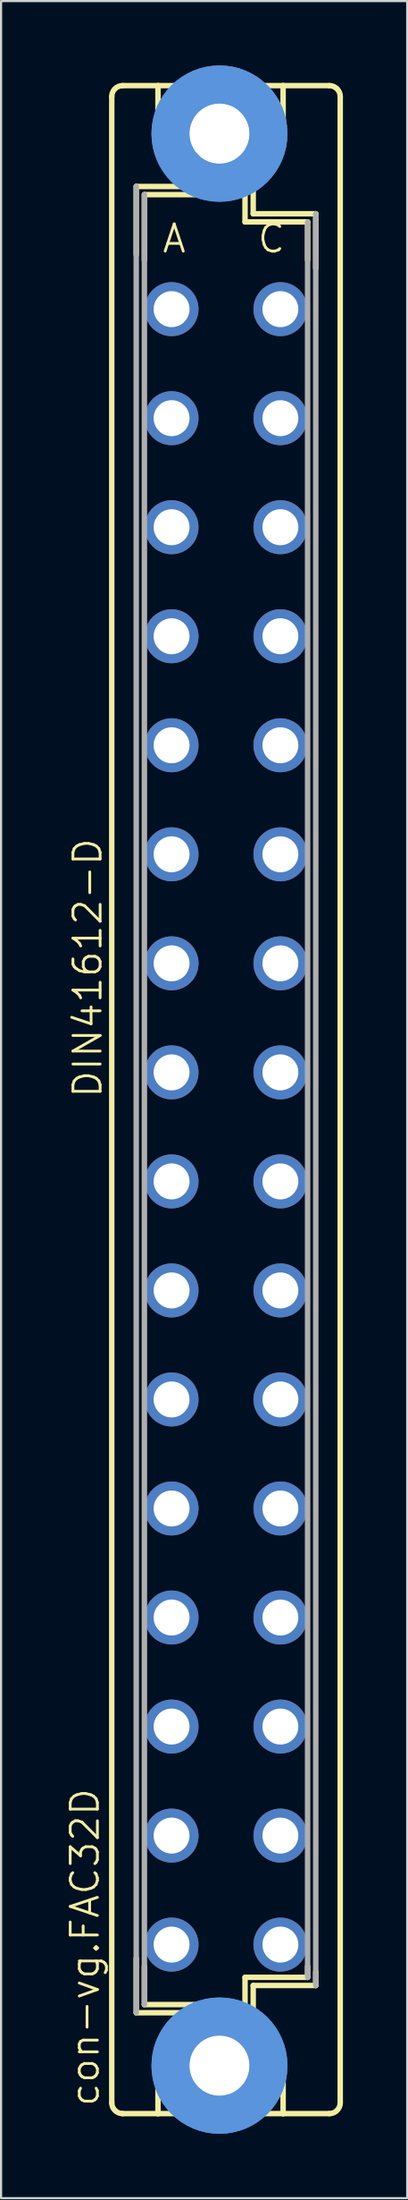
<source format=kicad_pcb>
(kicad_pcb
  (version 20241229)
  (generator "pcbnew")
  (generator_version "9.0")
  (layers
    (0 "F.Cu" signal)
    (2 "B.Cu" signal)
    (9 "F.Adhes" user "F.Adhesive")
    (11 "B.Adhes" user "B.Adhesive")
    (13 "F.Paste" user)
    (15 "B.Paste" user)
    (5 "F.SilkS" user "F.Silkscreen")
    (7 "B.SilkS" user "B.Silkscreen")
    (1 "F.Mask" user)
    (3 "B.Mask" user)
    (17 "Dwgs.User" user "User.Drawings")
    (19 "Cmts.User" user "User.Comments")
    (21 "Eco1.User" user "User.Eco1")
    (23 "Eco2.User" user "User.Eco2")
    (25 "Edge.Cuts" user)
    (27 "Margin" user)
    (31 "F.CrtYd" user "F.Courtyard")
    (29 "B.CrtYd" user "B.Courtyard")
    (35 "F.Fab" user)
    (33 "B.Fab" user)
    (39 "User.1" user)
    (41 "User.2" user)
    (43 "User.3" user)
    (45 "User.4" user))
  (footprint "con-vg.FAC32D"
    (layer "F.Cu")
    (at 7.502 48.184)
    (property "Reference" "con-vg.FAC32D" (at -5.842 46.99 90) (layer "F.SilkS") (effects (font (size 1.27 1.27) (thickness 0.13)) (justify left bottom)))
    (attr through_hole)
    (fp_line (start -5.334 46.736) (end -5.334 -46.736) (stroke (width 0.254) (type default)) (layer "F.SilkS"))
    (fp_line (start -4.826 -47.244) (end -3.175 -47.244) (stroke (width 0.254) (type default)) (layer "F.SilkS"))
    (fp_line (start -4.826 47.244) (end -3.175 47.244) (stroke (width 0.254) (type default)) (layer "F.SilkS"))
    (fp_line (start -4.191 -42.545) (end -4.191 -39.37) (stroke (width 0.254) (type default)) (layer "F.SilkS"))
    (fp_line (start -4.191 40.005) (end -4.191 42.545) (stroke (width 0.254) (type default)) (layer "F.SilkS"))
    (fp_line (start -4.191 42.545) (end -1.651 42.545) (stroke (width 0.254) (type default)) (layer "F.SilkS"))
    (fp_line (start -3.81 -42.164) (end -3.81 -39.116) (stroke (width 0.254) (type default)) (layer "F.SilkS"))
    (fp_line (start -3.81 -42.164) (end 0.889 -42.164) (stroke (width 0.254) (type default)) (layer "F.SilkS"))
    (fp_line (start -3.81 40.386) (end -3.81 42.164) (stroke (width 0.254) (type default)) (layer "F.SilkS"))
    (fp_line (start -3.81 42.164) (end 0.889 42.164) (stroke (width 0.254) (type default)) (layer "F.SilkS"))
    (fp_line (start -3.175 -47.244) (end -3.175 -44.45) (stroke (width 0.254) (type default)) (layer "F.SilkS"))
    (fp_line (start -3.175 47.244) (end -3.175 44.45) (stroke (width 0.254) (type default)) (layer "F.SilkS"))
    (fp_line (start -3.175 47.244) (end 2.667 47.244) (stroke (width 0.254) (type default)) (layer "F.SilkS"))
    (fp_line (start -1.651 -42.545) (end -4.191 -42.545) (stroke (width 0.254) (type default)) (layer "F.SilkS"))
    (fp_line (start -1.651 -42.545) (end -3.175 -44.45) (stroke (width 0.254) (type default)) (layer "F.SilkS"))
    (fp_line (start -1.651 42.545) (end -3.175 44.45) (stroke (width 0.254) (type default)) (layer "F.SilkS"))
    (fp_line (start -1.651 42.545) (end 1.143 42.545) (stroke (width 0.254) (type default)) (layer "F.SilkS"))
    (fp_line (start 0.889 -42.164) (end 0.889 -40.894) (stroke (width 0.254) (type default)) (layer "F.SilkS"))
    (fp_line (start 0.889 -40.894) (end 3.81 -40.894) (stroke (width 0.254) (type default)) (layer "F.SilkS"))
    (fp_line (start 0.889 40.894) (end 3.81 40.894) (stroke (width 0.254) (type default)) (layer "F.SilkS"))
    (fp_line (start 0.889 42.164) (end 0.889 40.894) (stroke (width 0.254) (type default)) (layer "F.SilkS"))
    (fp_line (start 1.143 -42.545) (end -1.651 -42.545) (stroke (width 0.254) (type default)) (layer "F.SilkS"))
    (fp_line (start 1.143 -42.545) (end 2.667 -44.45) (stroke (width 0.254) (type default)) (layer "F.SilkS"))
    (fp_line (start 1.143 42.545) (end 1.27 42.545) (stroke (width 0.254) (type default)) (layer "F.SilkS"))
    (fp_line (start 1.143 42.545) (end 2.667 44.45) (stroke (width 0.254) (type default)) (layer "F.SilkS"))
    (fp_line (start 1.27 -42.545) (end 1.143 -42.545) (stroke (width 0.254) (type default)) (layer "F.SilkS"))
    (fp_line (start 1.27 -41.275) (end 1.27 -42.545) (stroke (width 0.254) (type default)) (layer "F.SilkS"))
    (fp_line (start 1.27 41.275) (end 4.191 41.275) (stroke (width 0.254) (type default)) (layer "F.SilkS"))
    (fp_line (start 1.27 42.545) (end 1.27 41.275) (stroke (width 0.254) (type default)) (layer "F.SilkS"))
    (fp_line (start 2.667 -47.244) (end -3.175 -47.244) (stroke (width 0.254) (type default)) (layer "F.SilkS"))
    (fp_line (start 2.667 -47.244) (end 2.667 -44.45) (stroke (width 0.254) (type default)) (layer "F.SilkS"))
    (fp_line (start 2.667 47.244) (end 2.667 44.45) (stroke (width 0.254) (type default)) (layer "F.SilkS"))
    (fp_line (start 2.667 47.244) (end 4.826 47.244) (stroke (width 0.254) (type default)) (layer "F.SilkS"))
    (fp_line (start 3.81 -40.894) (end 3.81 -39.116) (stroke (width 0.254) (type default)) (layer "F.SilkS"))
    (fp_line (start 3.81 40.386) (end 3.81 40.894) (stroke (width 0.254) (type default)) (layer "F.SilkS"))
    (fp_line (start 4.191 -41.275) (end 1.27 -41.275) (stroke (width 0.254) (type default)) (layer "F.SilkS"))
    (fp_line (start 4.191 -38.735) (end 4.191 -41.275) (stroke (width 0.254) (type default)) (layer "F.SilkS"))
    (fp_line (start 4.191 41.275) (end 4.191 40.64) (stroke (width 0.254) (type default)) (layer "F.SilkS"))
    (fp_line (start 4.826 -47.244) (end 2.667 -47.244) (stroke (width 0.254) (type default)) (layer "F.SilkS"))
    (fp_line (start 5.334 46.736) (end 5.334 -46.736) (stroke (width 0.254) (type default)) (layer "F.SilkS"))
    (fp_arc (start -5.334 -46.736) (mid -5.18521 -47.09521) (end -4.826 -47.244) (stroke (width 0.254) (type default)) (layer "F.SilkS"))
    (fp_arc (start -4.826 47.244) (mid -5.18521 47.09521) (end -5.334 46.736) (stroke (width 0.254) (type default)) (layer "F.SilkS"))
    (fp_arc (start 4.826 -47.244) (mid 5.18521 -47.09521) (end 5.334 -46.736) (stroke (width 0.254) (type default)) (layer "F.SilkS"))
    (fp_arc (start 5.334 46.736) (mid 5.18521 47.09521) (end 4.826 47.244) (stroke (width 0.254) (type default)) (layer "F.SilkS"))
    (fp_circle (center -0.305 -45.009) (end 0.965 -45.009) (stroke (width 0.254) (type default)) (fill no) (layer "F.SilkS"))
    (fp_circle (center -0.305 45.009) (end 0.965 45.009) (stroke (width 0.254) (type default)) (fill no) (layer "F.SilkS"))
    (fp_circle (center -0.305 -45.009) (end 1.981 -45.009) (stroke (width 1.778) (type default)) (fill no) (layer "Cmts.User"))
    (fp_circle (center -0.305 -45.009) (end 1.981 -45.009) (stroke (width 1.778) (type default)) (fill no) (layer "Cmts.User"))
    (fp_circle (center -0.305 45.009) (end 1.981 45.009) (stroke (width 1.778) (type default)) (fill no) (layer "Cmts.User"))
    (fp_circle (center -0.305 45.009) (end 1.981 45.009) (stroke (width 1.778) (type default)) (fill no) (layer "Cmts.User"))
    (fp_line (start -4.191 -42.545) (end -4.191 42.545) (stroke (width 0.254) (type default)) (layer "F.Fab"))
    (fp_line (start -3.81 -42.164) (end -3.81 42.164) (stroke (width 0.254) (type default)) (layer "F.Fab"))
    (fp_line (start 3.81 -40.894) (end 3.81 40.894) (stroke (width 0.254) (type default)) (layer "F.Fab"))
    (fp_line (start 4.191 41.275) (end 4.191 -41.275) (stroke (width 0.254) (type default)) (layer "F.Fab"))
    (fp_rect (start -2.921 -36.195) (end -2.159 -37.465) (stroke (width 0.05) (type default)) (fill no) (layer "F.Fab"))
    (fp_rect (start -2.921 -31.115) (end -2.159 -32.385) (stroke (width 0.05) (type default)) (fill no) (layer "F.Fab"))
    (fp_rect (start -2.921 -26.035) (end -2.159 -27.305) (stroke (width 0.05) (type default)) (fill no) (layer "F.Fab"))
    (fp_rect (start -2.921 -20.955) (end -2.159 -22.225) (stroke (width 0.05) (type default)) (fill no) (layer "F.Fab"))
    (fp_rect (start -2.921 -15.875) (end -2.159 -17.145) (stroke (width 0.05) (type default)) (fill no) (layer "F.Fab"))
    (fp_rect (start -2.921 -10.795) (end -2.159 -12.065) (stroke (width 0.05) (type default)) (fill no) (layer "F.Fab"))
    (fp_rect (start -2.921 -5.715) (end -2.159 -6.985) (stroke (width 0.05) (type default)) (fill no) (layer "F.Fab"))
    (fp_rect (start -2.921 -0.635) (end -2.159 -1.905) (stroke (width 0.05) (type default)) (fill no) (layer "F.Fab"))
    (fp_rect (start -2.921 4.445) (end -2.159 3.175) (stroke (width 0.05) (type default)) (fill no) (layer "F.Fab"))
    (fp_rect (start -2.921 9.525) (end -2.159 8.255) (stroke (width 0.05) (type default)) (fill no) (layer "F.Fab"))
    (fp_rect (start -2.921 14.605) (end -2.159 13.335) (stroke (width 0.05) (type default)) (fill no) (layer "F.Fab"))
    (fp_rect (start -2.921 19.685) (end -2.159 18.415) (stroke (width 0.05) (type default)) (fill no) (layer "F.Fab"))
    (fp_rect (start -2.921 24.765) (end -2.159 23.495) (stroke (width 0.05) (type default)) (fill no) (layer "F.Fab"))
    (fp_rect (start -2.921 29.845) (end -2.159 28.575) (stroke (width 0.05) (type default)) (fill no) (layer "F.Fab"))
    (fp_rect (start -2.921 34.925) (end -2.159 33.655) (stroke (width 0.05) (type default)) (fill no) (layer "F.Fab"))
    (fp_rect (start -2.921 40.005) (end -2.159 38.735) (stroke (width 0.05) (type default)) (fill no) (layer "F.Fab"))
    (fp_rect (start 2.159 -36.195) (end 2.921 -37.465) (stroke (width 0.05) (type default)) (fill no) (layer "F.Fab"))
    (fp_rect (start 2.159 -31.115) (end 2.921 -32.385) (stroke (width 0.05) (type default)) (fill no) (layer "F.Fab"))
    (fp_rect (start 2.159 -26.035) (end 2.921 -27.305) (stroke (width 0.05) (type default)) (fill no) (layer "F.Fab"))
    (fp_rect (start 2.159 -20.955) (end 2.921 -22.225) (stroke (width 0.05) (type default)) (fill no) (layer "F.Fab"))
    (fp_rect (start 2.159 -15.875) (end 2.921 -17.145) (stroke (width 0.05) (type default)) (fill no) (layer "F.Fab"))
    (fp_rect (start 2.159 -10.795) (end 2.921 -12.065) (stroke (width 0.05) (type default)) (fill no) (layer "F.Fab"))
    (fp_rect (start 2.159 -5.715) (end 2.921 -6.985) (stroke (width 0.05) (type default)) (fill no) (layer "F.Fab"))
    (fp_rect (start 2.159 -0.635) (end 2.921 -1.905) (stroke (width 0.05) (type default)) (fill no) (layer "F.Fab"))
    (fp_rect (start 2.159 4.445) (end 2.921 3.175) (stroke (width 0.05) (type default)) (fill no) (layer "F.Fab"))
    (fp_rect (start 2.159 9.525) (end 2.921 8.255) (stroke (width 0.05) (type default)) (fill no) (layer "F.Fab"))
    (fp_rect (start 2.159 14.605) (end 2.921 13.335) (stroke (width 0.05) (type default)) (fill no) (layer "F.Fab"))
    (fp_rect (start 2.159 19.685) (end 2.921 18.415) (stroke (width 0.05) (type default)) (fill no) (layer "F.Fab"))
    (fp_rect (start 2.159 24.765) (end 2.921 23.495) (stroke (width 0.05) (type default)) (fill no) (layer "F.Fab"))
    (fp_rect (start 2.159 29.845) (end 2.921 28.575) (stroke (width 0.05) (type default)) (fill no) (layer "F.Fab"))
    (fp_rect (start 2.159 34.925) (end 2.921 33.655) (stroke (width 0.05) (type default)) (fill no) (layer "F.Fab"))
    (fp_rect (start 2.159 40.005) (end 2.921 38.735) (stroke (width 0.05) (type default)) (fill no) (layer "F.Fab"))
    (fp_text user "DIN41612-D" (at -5.715 0 90) (layer "F.SilkS") (effects (font (size 1.27 1.27) (thickness 0.13)) (justify left bottom)))
    (fp_text user "A" (at -3.048 -39.37 0) (layer "F.SilkS") (effects (font (size 1.27 1.27) (thickness 0.13)) (justify left bottom)))
    (fp_text user "C" (at 1.397 -39.37 0) (layer "F.SilkS") (effects (font (size 1.27 1.27) (thickness 0.13)) (justify left bottom)))
    (pad "" np_thru_hole circle (at -0.305 -45.009) (size 2.794 2.794) (drill 2.794) (layers "*.Cu" "*.Mask"))
    (pad "" np_thru_hole circle (at -0.305 45.009) (size 2.794 2.794) (drill 2.794) (layers "*.Cu" "*.Mask"))
    (pad "A2" thru_hole circle (at -2.54 -36.83) (size 2.515 2.515) (drill 1.676) (layers "*.Cu" "*.Mask"))
    (pad "A4" thru_hole circle (at -2.54 -31.75) (size 2.515 2.515) (drill 1.676) (layers "*.Cu" "*.Mask"))
    (pad "A6" thru_hole circle (at -2.54 -26.67) (size 2.515 2.515) (drill 1.676) (layers "*.Cu" "*.Mask"))
    (pad "A8" thru_hole circle (at -2.54 -21.59) (size 2.515 2.515) (drill 1.676) (layers "*.Cu" "*.Mask"))
    (pad "A10" thru_hole circle (at -2.54 -16.51) (size 2.515 2.515) (drill 1.676) (layers "*.Cu" "*.Mask"))
    (pad "A12" thru_hole circle (at -2.54 -11.43) (size 2.515 2.515) (drill 1.676) (layers "*.Cu" "*.Mask"))
    (pad "A14" thru_hole circle (at -2.54 -6.35) (size 2.515 2.515) (drill 1.676) (layers "*.Cu" "*.Mask"))
    (pad "A16" thru_hole circle (at -2.54 -1.27) (size 2.515 2.515) (drill 1.676) (layers "*.Cu" "*.Mask"))
    (pad "A18" thru_hole circle (at -2.54 3.81) (size 2.515 2.515) (drill 1.676) (layers "*.Cu" "*.Mask"))
    (pad "A20" thru_hole circle (at -2.54 8.89) (size 2.515 2.515) (drill 1.676) (layers "*.Cu" "*.Mask"))
    (pad "A22" thru_hole circle (at -2.54 13.97) (size 2.515 2.515) (drill 1.676) (layers "*.Cu" "*.Mask"))
    (pad "A24" thru_hole circle (at -2.54 19.05) (size 2.515 2.515) (drill 1.676) (layers "*.Cu" "*.Mask"))
    (pad "A26" thru_hole circle (at -2.54 24.13) (size 2.515 2.515) (drill 1.676) (layers "*.Cu" "*.Mask"))
    (pad "A28" thru_hole circle (at -2.54 29.21) (size 2.515 2.515) (drill 1.676) (layers "*.Cu" "*.Mask"))
    (pad "A30" thru_hole circle (at -2.54 34.29) (size 2.515 2.515) (drill 1.676) (layers "*.Cu" "*.Mask"))
    (pad "A32" thru_hole circle (at -2.54 39.37) (size 2.515 2.515) (drill 1.676) (layers "*.Cu" "*.Mask"))
    (pad "C2" thru_hole circle (at 2.54 -36.83) (size 2.515 2.515) (drill 1.676) (layers "*.Cu" "*.Mask"))
    (pad "C4" thru_hole circle (at 2.54 -31.75) (size 2.515 2.515) (drill 1.676) (layers "*.Cu" "*.Mask"))
    (pad "C6" thru_hole circle (at 2.54 -26.67) (size 2.515 2.515) (drill 1.676) (layers "*.Cu" "*.Mask"))
    (pad "C8" thru_hole circle (at 2.54 -21.59) (size 2.515 2.515) (drill 1.676) (layers "*.Cu" "*.Mask"))
    (pad "C10" thru_hole circle (at 2.54 -16.51) (size 2.515 2.515) (drill 1.676) (layers "*.Cu" "*.Mask"))
    (pad "C12" thru_hole circle (at 2.54 -11.43) (size 2.515 2.515) (drill 1.676) (layers "*.Cu" "*.Mask"))
    (pad "C14" thru_hole circle (at 2.54 -6.35) (size 2.515 2.515) (drill 1.676) (layers "*.Cu" "*.Mask"))
    (pad "C16" thru_hole circle (at 2.54 -1.27) (size 2.515 2.515) (drill 1.676) (layers "*.Cu" "*.Mask"))
    (pad "C18" thru_hole circle (at 2.54 3.81) (size 2.515 2.515) (drill 1.676) (layers "*.Cu" "*.Mask"))
    (pad "C20" thru_hole circle (at 2.54 8.89) (size 2.515 2.515) (drill 1.676) (layers "*.Cu" "*.Mask"))
    (pad "C22" thru_hole circle (at 2.54 13.97) (size 2.515 2.515) (drill 1.676) (layers "*.Cu" "*.Mask"))
    (pad "C24" thru_hole circle (at 2.54 19.05) (size 2.515 2.515) (drill 1.676) (layers "*.Cu" "*.Mask"))
    (pad "C26" thru_hole circle (at 2.54 24.13) (size 2.515 2.515) (drill 1.676) (layers "*.Cu" "*.Mask"))
    (pad "C28" thru_hole circle (at 2.54 29.21) (size 2.515 2.515) (drill 1.676) (layers "*.Cu" "*.Mask"))
    (pad "C30" thru_hole circle (at 2.54 34.29) (size 2.515 2.515) (drill 1.676) (layers "*.Cu" "*.Mask"))
    (pad "C32" thru_hole circle (at 2.54 39.37) (size 2.515 2.515) (drill 1.676) (layers "*.Cu" "*.Mask")))
  (gr_rect
    (start -3 -3)
    (end 15.963 99.368)
    (stroke (width 0.1) (type default))
    (fill no)
    (layer "Edge.Cuts")))
</source>
